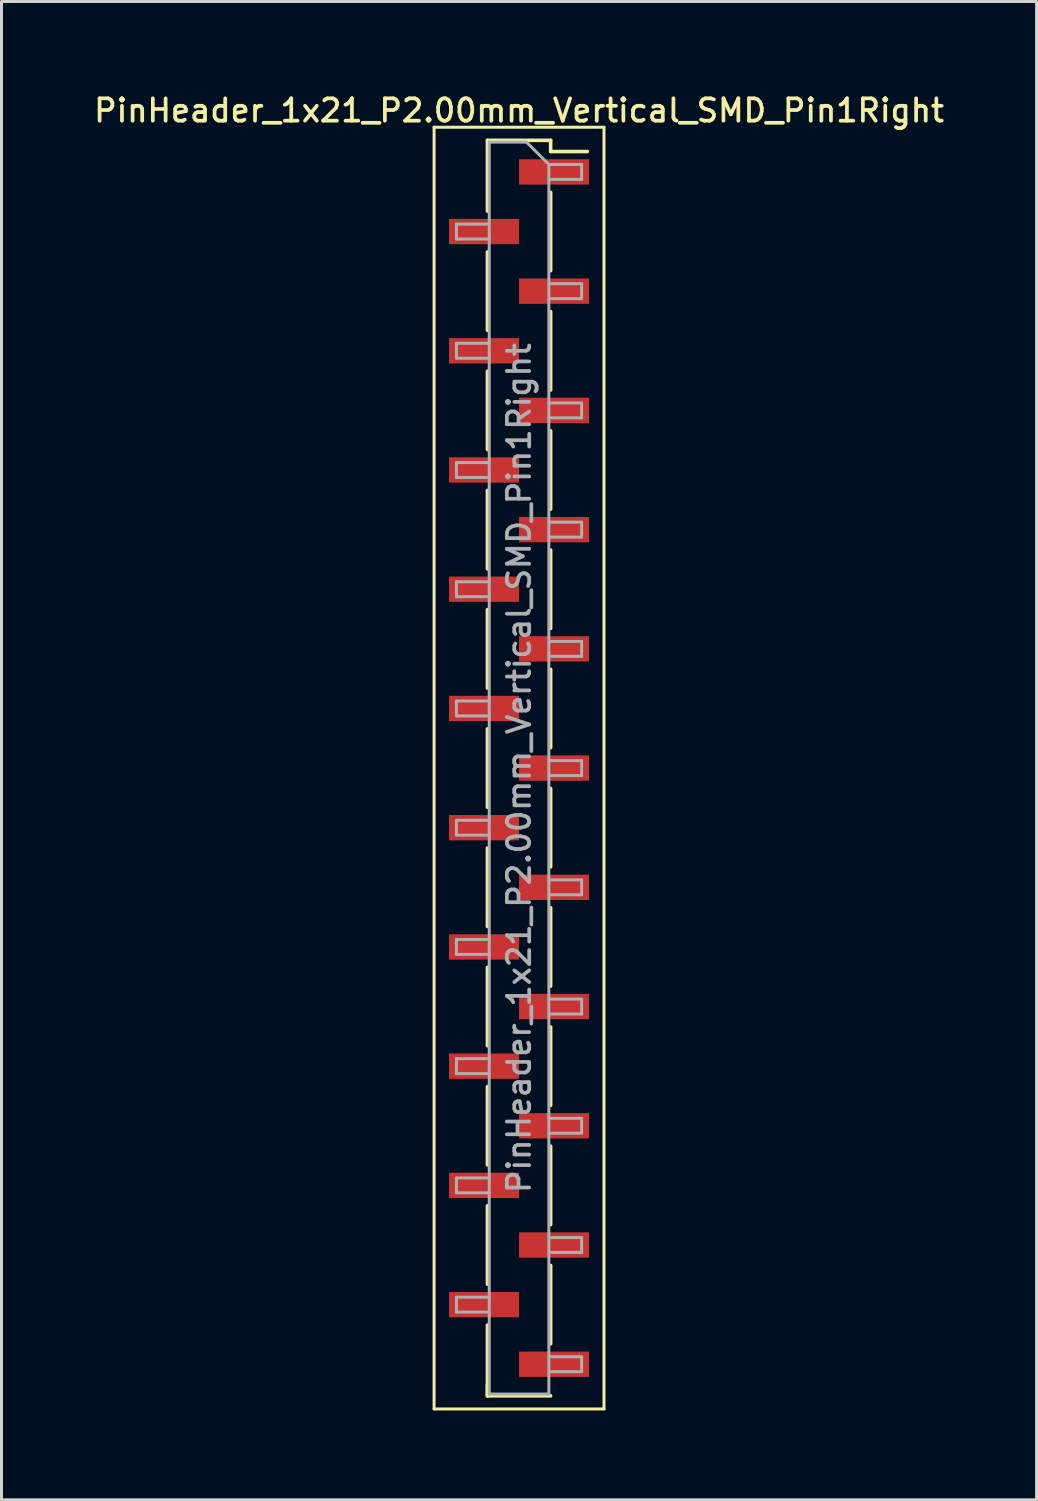
<source format=kicad_pcb>
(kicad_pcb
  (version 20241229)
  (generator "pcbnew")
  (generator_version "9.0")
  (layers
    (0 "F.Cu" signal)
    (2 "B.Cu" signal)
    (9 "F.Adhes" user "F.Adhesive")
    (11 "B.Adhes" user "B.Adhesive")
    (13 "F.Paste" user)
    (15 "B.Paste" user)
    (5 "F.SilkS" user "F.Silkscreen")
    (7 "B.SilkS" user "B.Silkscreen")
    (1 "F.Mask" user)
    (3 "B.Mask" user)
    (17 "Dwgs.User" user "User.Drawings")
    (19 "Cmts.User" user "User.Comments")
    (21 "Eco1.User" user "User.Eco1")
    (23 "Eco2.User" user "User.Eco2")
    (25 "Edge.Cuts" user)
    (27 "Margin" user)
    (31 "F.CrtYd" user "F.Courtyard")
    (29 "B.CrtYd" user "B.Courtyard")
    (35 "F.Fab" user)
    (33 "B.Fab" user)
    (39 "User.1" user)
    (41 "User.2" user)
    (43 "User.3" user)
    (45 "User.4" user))
  (footprint "PinHeader_1x21_P2.00mm_Vertical_SMD_Pin1Right"
    (layer "F.Cu")
    (at 14.363 22.718)
    (property "Reference" "PinHeader_1x21_P2.00mm_Vertical_SMD_Pin1Right" (at 0 -22.06 0) (layer "F.SilkS") (effects (font (size 0.75 0.75) (thickness 0.125))))
    (attr smd)
    (fp_line (start -2.85 -21.5) (end -2.85 21.5) (stroke (width 0.1) (type solid)) (layer "F.SilkS"))
    (fp_line (start -2.85 21.5) (end 2.85 21.5) (stroke (width 0.1) (type solid)) (layer "F.SilkS"))
    (fp_line (start -1.06 -21.06) (end -1.06 -18.685) (stroke (width 0.12) (type solid)) (layer "F.SilkS"))
    (fp_line (start -1.06 -21.06) (end 1.06 -21.06) (stroke (width 0.12) (type solid)) (layer "F.SilkS"))
    (fp_line (start -1.06 -17.315) (end -1.06 -14.685) (stroke (width 0.12) (type solid)) (layer "F.SilkS"))
    (fp_line (start -1.06 -13.315) (end -1.06 -10.685) (stroke (width 0.12) (type solid)) (layer "F.SilkS"))
    (fp_line (start -1.06 -9.315) (end -1.06 -6.685) (stroke (width 0.12) (type solid)) (layer "F.SilkS"))
    (fp_line (start -1.06 -5.315) (end -1.06 -2.685) (stroke (width 0.12) (type solid)) (layer "F.SilkS"))
    (fp_line (start -1.06 -1.315) (end -1.06 1.315) (stroke (width 0.12) (type solid)) (layer "F.SilkS"))
    (fp_line (start -1.06 2.685) (end -1.06 5.315) (stroke (width 0.12) (type solid)) (layer "F.SilkS"))
    (fp_line (start -1.06 6.685) (end -1.06 9.315) (stroke (width 0.12) (type solid)) (layer "F.SilkS"))
    (fp_line (start -1.06 10.685) (end -1.06 13.315) (stroke (width 0.12) (type solid)) (layer "F.SilkS"))
    (fp_line (start -1.06 14.685) (end -1.06 17.315) (stroke (width 0.12) (type solid)) (layer "F.SilkS"))
    (fp_line (start -1.06 18.685) (end -1.06 21.06) (stroke (width 0.12) (type solid)) (layer "F.SilkS"))
    (fp_line (start -1.06 20.685) (end -1.06 21.06) (stroke (width 0.12) (type solid)) (layer "F.SilkS"))
    (fp_line (start -1.06 21.06) (end 1.06 21.06) (stroke (width 0.12) (type solid)) (layer "F.SilkS"))
    (fp_line (start 1.06 -21.06) (end 1.06 -20.685) (stroke (width 0.12) (type solid)) (layer "F.SilkS"))
    (fp_line (start 1.06 -20.685) (end 2.29 -20.685) (stroke (width 0.12) (type solid)) (layer "F.SilkS"))
    (fp_line (start 1.06 -19.315) (end 1.06 -16.685) (stroke (width 0.12) (type solid)) (layer "F.SilkS"))
    (fp_line (start 1.06 -15.315) (end 1.06 -12.685) (stroke (width 0.12) (type solid)) (layer "F.SilkS"))
    (fp_line (start 1.06 -11.315) (end 1.06 -8.685) (stroke (width 0.12) (type solid)) (layer "F.SilkS"))
    (fp_line (start 1.06 -7.315) (end 1.06 -4.685) (stroke (width 0.12) (type solid)) (layer "F.SilkS"))
    (fp_line (start 1.06 -3.315) (end 1.06 -0.685) (stroke (width 0.12) (type solid)) (layer "F.SilkS"))
    (fp_line (start 1.06 0.685) (end 1.06 3.315) (stroke (width 0.12) (type solid)) (layer "F.SilkS"))
    (fp_line (start 1.06 4.685) (end 1.06 7.315) (stroke (width 0.12) (type solid)) (layer "F.SilkS"))
    (fp_line (start 1.06 8.685) (end 1.06 11.315) (stroke (width 0.12) (type solid)) (layer "F.SilkS"))
    (fp_line (start 1.06 12.685) (end 1.06 15.315) (stroke (width 0.12) (type solid)) (layer "F.SilkS"))
    (fp_line (start 1.06 16.685) (end 1.06 19.315) (stroke (width 0.12) (type solid)) (layer "F.SilkS"))
    (fp_line (start 2.85 -21.5) (end -2.85 -21.5) (stroke (width 0.1) (type solid)) (layer "F.SilkS"))
    (fp_line (start 2.85 21.5) (end 2.85 -21.5) (stroke (width 0.1) (type solid)) (layer "F.SilkS"))
    (fp_line (start -2.1 -18.25) (end -2.1 -17.75) (stroke (width 0.1) (type solid)) (layer "F.Fab"))
    (fp_line (start -2.1 -17.75) (end -1 -17.75) (stroke (width 0.1) (type solid)) (layer "F.Fab"))
    (fp_line (start -2.1 -14.25) (end -2.1 -13.75) (stroke (width 0.1) (type solid)) (layer "F.Fab"))
    (fp_line (start -2.1 -13.75) (end -1 -13.75) (stroke (width 0.1) (type solid)) (layer "F.Fab"))
    (fp_line (start -2.1 -10.25) (end -2.1 -9.75) (stroke (width 0.1) (type solid)) (layer "F.Fab"))
    (fp_line (start -2.1 -9.75) (end -1 -9.75) (stroke (width 0.1) (type solid)) (layer "F.Fab"))
    (fp_line (start -2.1 -6.25) (end -2.1 -5.75) (stroke (width 0.1) (type solid)) (layer "F.Fab"))
    (fp_line (start -2.1 -5.75) (end -1 -5.75) (stroke (width 0.1) (type solid)) (layer "F.Fab"))
    (fp_line (start -2.1 -2.25) (end -2.1 -1.75) (stroke (width 0.1) (type solid)) (layer "F.Fab"))
    (fp_line (start -2.1 -1.75) (end -1 -1.75) (stroke (width 0.1) (type solid)) (layer "F.Fab"))
    (fp_line (start -2.1 1.75) (end -2.1 2.25) (stroke (width 0.1) (type solid)) (layer "F.Fab"))
    (fp_line (start -2.1 2.25) (end -1 2.25) (stroke (width 0.1) (type solid)) (layer "F.Fab"))
    (fp_line (start -2.1 5.75) (end -2.1 6.25) (stroke (width 0.1) (type solid)) (layer "F.Fab"))
    (fp_line (start -2.1 6.25) (end -1 6.25) (stroke (width 0.1) (type solid)) (layer "F.Fab"))
    (fp_line (start -2.1 9.75) (end -2.1 10.25) (stroke (width 0.1) (type solid)) (layer "F.Fab"))
    (fp_line (start -2.1 10.25) (end -1 10.25) (stroke (width 0.1) (type solid)) (layer "F.Fab"))
    (fp_line (start -2.1 13.75) (end -2.1 14.25) (stroke (width 0.1) (type solid)) (layer "F.Fab"))
    (fp_line (start -2.1 14.25) (end -1 14.25) (stroke (width 0.1) (type solid)) (layer "F.Fab"))
    (fp_line (start -2.1 17.75) (end -2.1 18.25) (stroke (width 0.1) (type solid)) (layer "F.Fab"))
    (fp_line (start -2.1 18.25) (end -1 18.25) (stroke (width 0.1) (type solid)) (layer "F.Fab"))
    (fp_line (start -1 -21) (end -1 21) (stroke (width 0.1) (type solid)) (layer "F.Fab"))
    (fp_line (start -1 -21) (end 0.25 -21) (stroke (width 0.1) (type solid)) (layer "F.Fab"))
    (fp_line (start -1 -18.25) (end -2.1 -18.25) (stroke (width 0.1) (type solid)) (layer "F.Fab"))
    (fp_line (start -1 -14.25) (end -2.1 -14.25) (stroke (width 0.1) (type solid)) (layer "F.Fab"))
    (fp_line (start -1 -10.25) (end -2.1 -10.25) (stroke (width 0.1) (type solid)) (layer "F.Fab"))
    (fp_line (start -1 -6.25) (end -2.1 -6.25) (stroke (width 0.1) (type solid)) (layer "F.Fab"))
    (fp_line (start -1 -2.25) (end -2.1 -2.25) (stroke (width 0.1) (type solid)) (layer "F.Fab"))
    (fp_line (start -1 1.75) (end -2.1 1.75) (stroke (width 0.1) (type solid)) (layer "F.Fab"))
    (fp_line (start -1 5.75) (end -2.1 5.75) (stroke (width 0.1) (type solid)) (layer "F.Fab"))
    (fp_line (start -1 9.75) (end -2.1 9.75) (stroke (width 0.1) (type solid)) (layer "F.Fab"))
    (fp_line (start -1 13.75) (end -2.1 13.75) (stroke (width 0.1) (type solid)) (layer "F.Fab"))
    (fp_line (start -1 17.75) (end -2.1 17.75) (stroke (width 0.1) (type solid)) (layer "F.Fab"))
    (fp_line (start 1 -20.25) (end 0.25 -21) (stroke (width 0.1) (type solid)) (layer "F.Fab"))
    (fp_line (start 1 -20.25) (end 2.1 -20.25) (stroke (width 0.1) (type solid)) (layer "F.Fab"))
    (fp_line (start 1 -16.25) (end 2.1 -16.25) (stroke (width 0.1) (type solid)) (layer "F.Fab"))
    (fp_line (start 1 -12.25) (end 2.1 -12.25) (stroke (width 0.1) (type solid)) (layer "F.Fab"))
    (fp_line (start 1 -8.25) (end 2.1 -8.25) (stroke (width 0.1) (type solid)) (layer "F.Fab"))
    (fp_line (start 1 -4.25) (end 2.1 -4.25) (stroke (width 0.1) (type solid)) (layer "F.Fab"))
    (fp_line (start 1 -0.25) (end 2.1 -0.25) (stroke (width 0.1) (type solid)) (layer "F.Fab"))
    (fp_line (start 1 3.75) (end 2.1 3.75) (stroke (width 0.1) (type solid)) (layer "F.Fab"))
    (fp_line (start 1 7.75) (end 2.1 7.75) (stroke (width 0.1) (type solid)) (layer "F.Fab"))
    (fp_line (start 1 11.75) (end 2.1 11.75) (stroke (width 0.1) (type solid)) (layer "F.Fab"))
    (fp_line (start 1 15.75) (end 2.1 15.75) (stroke (width 0.1) (type solid)) (layer "F.Fab"))
    (fp_line (start 1 19.75) (end 2.1 19.75) (stroke (width 0.1) (type solid)) (layer "F.Fab"))
    (fp_line (start 1 21) (end -1 21) (stroke (width 0.1) (type solid)) (layer "F.Fab"))
    (fp_line (start 1 21) (end 1 -20.25) (stroke (width 0.1) (type solid)) (layer "F.Fab"))
    (fp_line (start 2.1 -20.25) (end 2.1 -19.75) (stroke (width 0.1) (type solid)) (layer "F.Fab"))
    (fp_line (start 2.1 -19.75) (end 1 -19.75) (stroke (width 0.1) (type solid)) (layer "F.Fab"))
    (fp_line (start 2.1 -16.25) (end 2.1 -15.75) (stroke (width 0.1) (type solid)) (layer "F.Fab"))
    (fp_line (start 2.1 -15.75) (end 1 -15.75) (stroke (width 0.1) (type solid)) (layer "F.Fab"))
    (fp_line (start 2.1 -12.25) (end 2.1 -11.75) (stroke (width 0.1) (type solid)) (layer "F.Fab"))
    (fp_line (start 2.1 -11.75) (end 1 -11.75) (stroke (width 0.1) (type solid)) (layer "F.Fab"))
    (fp_line (start 2.1 -8.25) (end 2.1 -7.75) (stroke (width 0.1) (type solid)) (layer "F.Fab"))
    (fp_line (start 2.1 -7.75) (end 1 -7.75) (stroke (width 0.1) (type solid)) (layer "F.Fab"))
    (fp_line (start 2.1 -4.25) (end 2.1 -3.75) (stroke (width 0.1) (type solid)) (layer "F.Fab"))
    (fp_line (start 2.1 -3.75) (end 1 -3.75) (stroke (width 0.1) (type solid)) (layer "F.Fab"))
    (fp_line (start 2.1 -0.25) (end 2.1 0.25) (stroke (width 0.1) (type solid)) (layer "F.Fab"))
    (fp_line (start 2.1 0.25) (end 1 0.25) (stroke (width 0.1) (type solid)) (layer "F.Fab"))
    (fp_line (start 2.1 3.75) (end 2.1 4.25) (stroke (width 0.1) (type solid)) (layer "F.Fab"))
    (fp_line (start 2.1 4.25) (end 1 4.25) (stroke (width 0.1) (type solid)) (layer "F.Fab"))
    (fp_line (start 2.1 7.75) (end 2.1 8.25) (stroke (width 0.1) (type solid)) (layer "F.Fab"))
    (fp_line (start 2.1 8.25) (end 1 8.25) (stroke (width 0.1) (type solid)) (layer "F.Fab"))
    (fp_line (start 2.1 11.75) (end 2.1 12.25) (stroke (width 0.1) (type solid)) (layer "F.Fab"))
    (fp_line (start 2.1 12.25) (end 1 12.25) (stroke (width 0.1) (type solid)) (layer "F.Fab"))
    (fp_line (start 2.1 15.75) (end 2.1 16.25) (stroke (width 0.1) (type solid)) (layer "F.Fab"))
    (fp_line (start 2.1 16.25) (end 1 16.25) (stroke (width 0.1) (type solid)) (layer "F.Fab"))
    (fp_line (start 2.1 19.75) (end 2.1 20.25) (stroke (width 0.1) (type solid)) (layer "F.Fab"))
    (fp_line (start 2.1 20.25) (end 1 20.25) (stroke (width 0.1) (type solid)) (layer "F.Fab"))
    (fp_text user "${REFERENCE}" (at 0 0 90) (layer "F.Fab") (effects (font (size 0.75 0.75) (thickness 0.125))))
    (pad "1" smd rect (at 1.175 -20) (size 2.35 0.85) (layers "F.Cu" "F.Mask" "F.Paste"))
    (pad "2" smd rect (at -1.175 -18) (size 2.35 0.85) (layers "F.Cu" "F.Mask" "F.Paste"))
    (pad "3" smd rect (at 1.175 -16) (size 2.35 0.85) (layers "F.Cu" "F.Mask" "F.Paste"))
    (pad "4" smd rect (at -1.175 -14) (size 2.35 0.85) (layers "F.Cu" "F.Mask" "F.Paste"))
    (pad "5" smd rect (at 1.175 -12) (size 2.35 0.85) (layers "F.Cu" "F.Mask" "F.Paste"))
    (pad "6" smd rect (at -1.175 -10) (size 2.35 0.85) (layers "F.Cu" "F.Mask" "F.Paste"))
    (pad "7" smd rect (at 1.175 -8) (size 2.35 0.85) (layers "F.Cu" "F.Mask" "F.Paste"))
    (pad "8" smd rect (at -1.175 -6) (size 2.35 0.85) (layers "F.Cu" "F.Mask" "F.Paste"))
    (pad "9" smd rect (at 1.175 -4) (size 2.35 0.85) (layers "F.Cu" "F.Mask" "F.Paste"))
    (pad "10" smd rect (at -1.175 -2) (size 2.35 0.85) (layers "F.Cu" "F.Mask" "F.Paste"))
    (pad "11" smd rect (at 1.175 0) (size 2.35 0.85) (layers "F.Cu" "F.Mask" "F.Paste"))
    (pad "12" smd rect (at -1.175 2) (size 2.35 0.85) (layers "F.Cu" "F.Mask" "F.Paste"))
    (pad "13" smd rect (at 1.175 4) (size 2.35 0.85) (layers "F.Cu" "F.Mask" "F.Paste"))
    (pad "14" smd rect (at -1.175 6) (size 2.35 0.85) (layers "F.Cu" "F.Mask" "F.Paste"))
    (pad "15" smd rect (at 1.175 8) (size 2.35 0.85) (layers "F.Cu" "F.Mask" "F.Paste"))
    (pad "16" smd rect (at -1.175 10) (size 2.35 0.85) (layers "F.Cu" "F.Mask" "F.Paste"))
    (pad "17" smd rect (at 1.175 12) (size 2.35 0.85) (layers "F.Cu" "F.Mask" "F.Paste"))
    (pad "18" smd rect (at -1.175 14) (size 2.35 0.85) (layers "F.Cu" "F.Mask" "F.Paste"))
    (pad "19" smd rect (at 1.175 16) (size 2.35 0.85) (layers "F.Cu" "F.Mask" "F.Paste"))
    (pad "20" smd rect (at -1.175 18) (size 2.35 0.85) (layers "F.Cu" "F.Mask" "F.Paste"))
    (pad "21" smd rect (at 1.175 20) (size 2.35 0.85) (layers "F.Cu" "F.Mask" "F.Paste")))
  (gr_rect
    (start -3 -3)
    (end 31.725 47.268)
    (stroke (width 0.1) (type default))
    (fill no)
    (layer "Edge.Cuts")))
</source>
